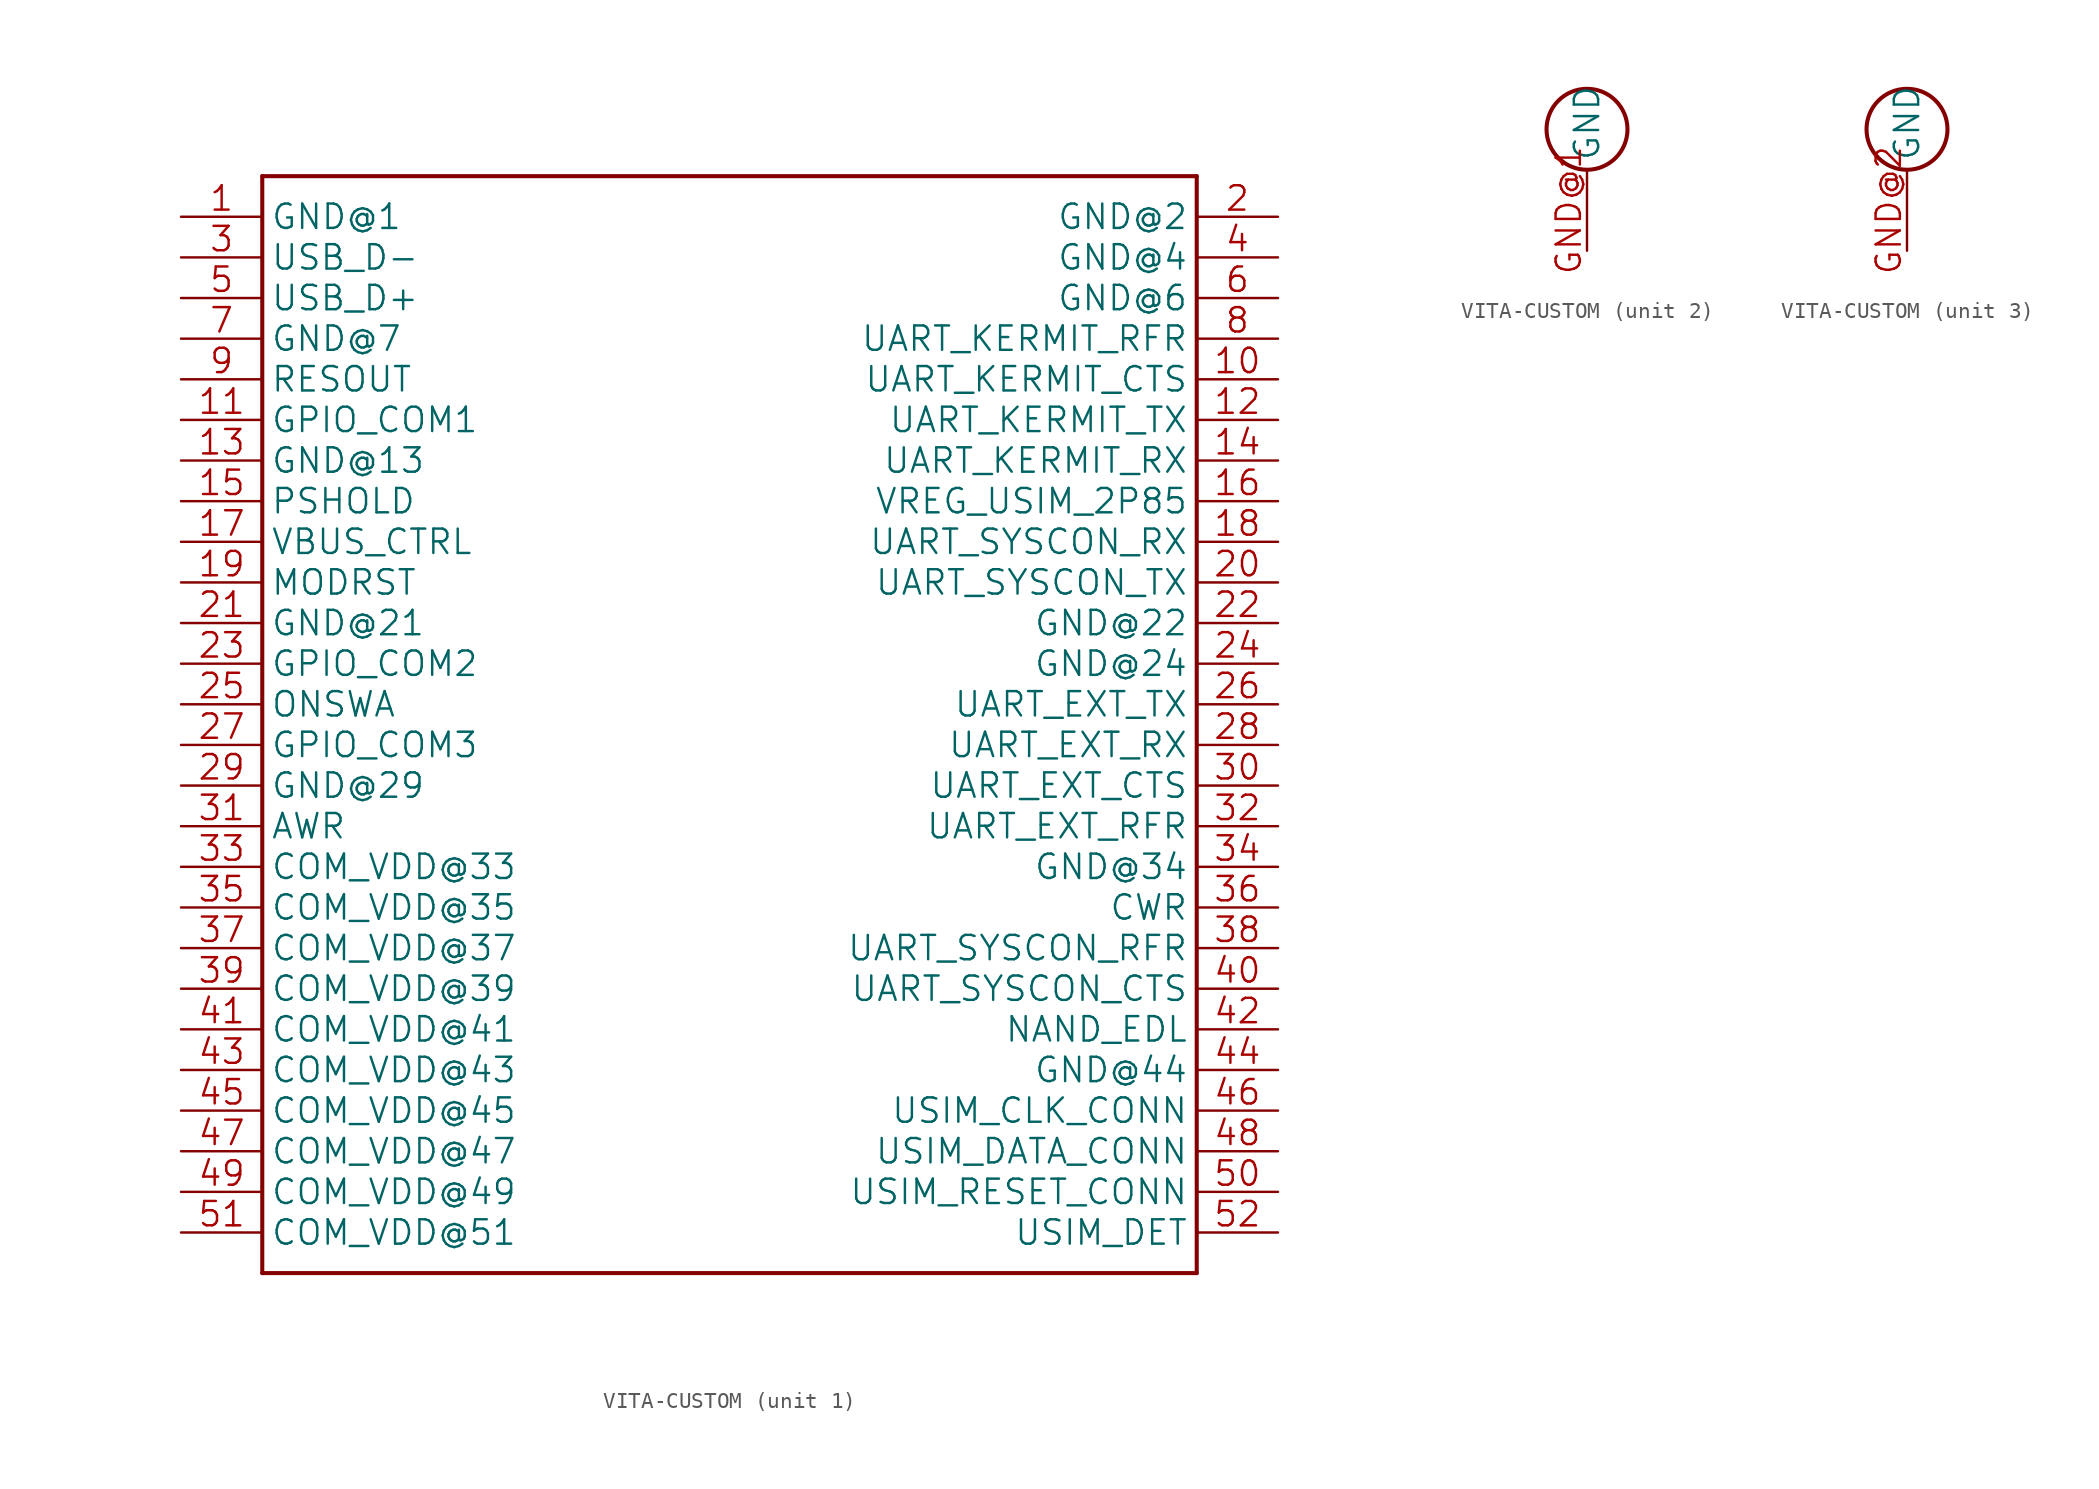
<source format=kicad_sym>
(kicad_symbol_lib
  (version 20241209)
  (generator "kicad_symbol_editor")
  (generator_version "9.0")
  (symbol "VITA-CUSTOM"
    (property "Reference" ""
      (at -27.94 38.862 0)
      (effects (font (size 1.27 1.079)) (justify left bottom) (hide yes)))
    (property "ki_locked" ""
      (at 0 0 0)
      (effects (font (size 1.27 1.27))))
    (symbol "VITA-CUSTOM_1_0"
      (polyline (pts (xy -27.94 38.1) (xy 30.48 38.1)) (stroke (width 0.254) (type solid)) (fill (type none)))
      (polyline (pts (xy -27.94 -30.48) (xy -27.94 38.1)) (stroke (width 0.254) (type solid)) (fill (type none)))
      (polyline (pts (xy 30.48 38.1) (xy 30.48 -30.48)) (stroke (width 0.254) (type solid)) (fill (type none)))
      (polyline (pts (xy 30.48 -30.48) (xy -27.94 -30.48)) (stroke (width 0.254) (type solid)) (fill (type none)))
      (pin bidirectional line (at -33.02 35.56 0) (length 5.08) (name "GND@1" (effects (font (size 1.524 1.524)))) (number "1" (effects (font (size 1.524 1.524)))))
      (pin bidirectional line (at -33.02 33.02 0) (length 5.08) (name "USB_D-" (effects (font (size 1.524 1.524)))) (number "3" (effects (font (size 1.524 1.524)))))
      (pin bidirectional line (at -33.02 30.48 0) (length 5.08) (name "USB_D+" (effects (font (size 1.524 1.524)))) (number "5" (effects (font (size 1.524 1.524)))))
      (pin bidirectional line (at -33.02 27.94 0) (length 5.08) (name "GND@7" (effects (font (size 1.524 1.524)))) (number "7" (effects (font (size 1.524 1.524)))))
      (pin bidirectional line (at -33.02 25.4 0) (length 5.08) (name "RESOUT" (effects (font (size 1.524 1.524)))) (number "9" (effects (font (size 1.524 1.524)))))
      (pin bidirectional line (at -33.02 22.86 0) (length 5.08) (name "GPIO_COM1" (effects (font (size 1.524 1.524)))) (number "11" (effects (font (size 1.524 1.524)))))
      (pin bidirectional line (at -33.02 20.32 0) (length 5.08) (name "GND@13" (effects (font (size 1.524 1.524)))) (number "13" (effects (font (size 1.524 1.524)))))
      (pin bidirectional line (at -33.02 17.78 0) (length 5.08) (name "PSHOLD" (effects (font (size 1.524 1.524)))) (number "15" (effects (font (size 1.524 1.524)))))
      (pin bidirectional line (at -33.02 15.24 0) (length 5.08) (name "VBUS_CTRL" (effects (font (size 1.524 1.524)))) (number "17" (effects (font (size 1.524 1.524)))))
      (pin bidirectional line (at -33.02 12.7 0) (length 5.08) (name "MODRST" (effects (font (size 1.524 1.524)))) (number "19" (effects (font (size 1.524 1.524)))))
      (pin bidirectional line (at -33.02 10.16 0) (length 5.08) (name "GND@21" (effects (font (size 1.524 1.524)))) (number "21" (effects (font (size 1.524 1.524)))))
      (pin bidirectional line (at -33.02 7.62 0) (length 5.08) (name "GPIO_COM2" (effects (font (size 1.524 1.524)))) (number "23" (effects (font (size 1.524 1.524)))))
      (pin bidirectional line (at -33.02 5.08 0) (length 5.08) (name "ONSWA" (effects (font (size 1.524 1.524)))) (number "25" (effects (font (size 1.524 1.524)))))
      (pin bidirectional line (at -33.02 2.54 0) (length 5.08) (name "GPIO_COM3" (effects (font (size 1.524 1.524)))) (number "27" (effects (font (size 1.524 1.524)))))
      (pin bidirectional line (at -33.02 0 0) (length 5.08) (name "GND@29" (effects (font (size 1.524 1.524)))) (number "29" (effects (font (size 1.524 1.524)))))
      (pin bidirectional line (at -33.02 -2.54 0) (length 5.08) (name "AWR" (effects (font (size 1.524 1.524)))) (number "31" (effects (font (size 1.524 1.524)))))
      (pin bidirectional line (at -33.02 -5.08 0) (length 5.08) (name "COM_VDD@33" (effects (font (size 1.524 1.524)))) (number "33" (effects (font (size 1.524 1.524)))))
      (pin bidirectional line (at -33.02 -7.62 0) (length 5.08) (name "COM_VDD@35" (effects (font (size 1.524 1.524)))) (number "35" (effects (font (size 1.524 1.524)))))
      (pin bidirectional line (at -33.02 -10.16 0) (length 5.08) (name "COM_VDD@37" (effects (font (size 1.524 1.524)))) (number "37" (effects (font (size 1.524 1.524)))))
      (pin bidirectional line (at -33.02 -12.7 0) (length 5.08) (name "COM_VDD@39" (effects (font (size 1.524 1.524)))) (number "39" (effects (font (size 1.524 1.524)))))
      (pin bidirectional line (at -33.02 -15.24 0) (length 5.08) (name "COM_VDD@41" (effects (font (size 1.524 1.524)))) (number "41" (effects (font (size 1.524 1.524)))))
      (pin bidirectional line (at -33.02 -17.78 0) (length 5.08) (name "COM_VDD@43" (effects (font (size 1.524 1.524)))) (number "43" (effects (font (size 1.524 1.524)))))
      (pin bidirectional line (at -33.02 -20.32 0) (length 5.08) (name "COM_VDD@45" (effects (font (size 1.524 1.524)))) (number "45" (effects (font (size 1.524 1.524)))))
      (pin bidirectional line (at -33.02 -22.86 0) (length 5.08) (name "COM_VDD@47" (effects (font (size 1.524 1.524)))) (number "47" (effects (font (size 1.524 1.524)))))
      (pin bidirectional line (at -33.02 -25.4 0) (length 5.08) (name "COM_VDD@49" (effects (font (size 1.524 1.524)))) (number "49" (effects (font (size 1.524 1.524)))))
      (pin bidirectional line (at -33.02 -27.94 0) (length 5.08) (name "COM_VDD@51" (effects (font (size 1.524 1.524)))) (number "51" (effects (font (size 1.524 1.524)))))
      (pin bidirectional line (at 35.56 35.56 180) (length 5.08) (name "GND@2" (effects (font (size 1.524 1.524)))) (number "2" (effects (font (size 1.524 1.524)))))
      (pin bidirectional line (at 35.56 33.02 180) (length 5.08) (name "GND@4" (effects (font (size 1.524 1.524)))) (number "4" (effects (font (size 1.524 1.524)))))
      (pin bidirectional line (at 35.56 30.48 180) (length 5.08) (name "GND@6" (effects (font (size 1.524 1.524)))) (number "6" (effects (font (size 1.524 1.524)))))
      (pin bidirectional line (at 35.56 27.94 180) (length 5.08) (name "UART_KERMIT_RFR" (effects (font (size 1.524 1.524)))) (number "8" (effects (font (size 1.524 1.524)))))
      (pin bidirectional line (at 35.56 25.4 180) (length 5.08) (name "UART_KERMIT_CTS" (effects (font (size 1.524 1.524)))) (number "10" (effects (font (size 1.524 1.524)))))
      (pin bidirectional line (at 35.56 22.86 180) (length 5.08) (name "UART_KERMIT_TX" (effects (font (size 1.524 1.524)))) (number "12" (effects (font (size 1.524 1.524)))))
      (pin bidirectional line (at 35.56 20.32 180) (length 5.08) (name "UART_KERMIT_RX" (effects (font (size 1.524 1.524)))) (number "14" (effects (font (size 1.524 1.524)))))
      (pin bidirectional line (at 35.56 17.78 180) (length 5.08) (name "VREG_USIM_2P85" (effects (font (size 1.524 1.524)))) (number "16" (effects (font (size 1.524 1.524)))))
      (pin bidirectional line (at 35.56 15.24 180) (length 5.08) (name "UART_SYSCON_RX" (effects (font (size 1.524 1.524)))) (number "18" (effects (font (size 1.524 1.524)))))
      (pin bidirectional line (at 35.56 12.7 180) (length 5.08) (name "UART_SYSCON_TX" (effects (font (size 1.524 1.524)))) (number "20" (effects (font (size 1.524 1.524)))))
      (pin bidirectional line (at 35.56 10.16 180) (length 5.08) (name "GND@22" (effects (font (size 1.524 1.524)))) (number "22" (effects (font (size 1.524 1.524)))))
      (pin bidirectional line (at 35.56 7.62 180) (length 5.08) (name "GND@24" (effects (font (size 1.524 1.524)))) (number "24" (effects (font (size 1.524 1.524)))))
      (pin bidirectional line (at 35.56 5.08 180) (length 5.08) (name "UART_EXT_TX" (effects (font (size 1.524 1.524)))) (number "26" (effects (font (size 1.524 1.524)))))
      (pin bidirectional line (at 35.56 2.54 180) (length 5.08) (name "UART_EXT_RX" (effects (font (size 1.524 1.524)))) (number "28" (effects (font (size 1.524 1.524)))))
      (pin bidirectional line (at 35.56 0 180) (length 5.08) (name "UART_EXT_CTS" (effects (font (size 1.524 1.524)))) (number "30" (effects (font (size 1.524 1.524)))))
      (pin bidirectional line (at 35.56 -2.54 180) (length 5.08) (name "UART_EXT_RFR" (effects (font (size 1.524 1.524)))) (number "32" (effects (font (size 1.524 1.524)))))
      (pin bidirectional line (at 35.56 -5.08 180) (length 5.08) (name "GND@34" (effects (font (size 1.524 1.524)))) (number "34" (effects (font (size 1.524 1.524)))))
      (pin bidirectional line (at 35.56 -7.62 180) (length 5.08) (name "CWR" (effects (font (size 1.524 1.524)))) (number "36" (effects (font (size 1.524 1.524)))))
      (pin bidirectional line (at 35.56 -10.16 180) (length 5.08) (name "UART_SYSCON_RFR" (effects (font (size 1.524 1.524)))) (number "38" (effects (font (size 1.524 1.524)))))
      (pin bidirectional line (at 35.56 -12.7 180) (length 5.08) (name "UART_SYSCON_CTS" (effects (font (size 1.524 1.524)))) (number "40" (effects (font (size 1.524 1.524)))))
      (pin bidirectional line (at 35.56 -15.24 180) (length 5.08) (name "NAND_EDL" (effects (font (size 1.524 1.524)))) (number "42" (effects (font (size 1.524 1.524)))))
      (pin bidirectional line (at 35.56 -17.78 180) (length 5.08) (name "GND@44" (effects (font (size 1.524 1.524)))) (number "44" (effects (font (size 1.524 1.524)))))
      (pin bidirectional line (at 35.56 -20.32 180) (length 5.08) (name "USIM_CLK_CONN" (effects (font (size 1.524 1.524)))) (number "46" (effects (font (size 1.524 1.524)))))
      (pin bidirectional line (at 35.56 -22.86 180) (length 5.08) (name "USIM_DATA_CONN" (effects (font (size 1.524 1.524)))) (number "48" (effects (font (size 1.524 1.524)))))
      (pin bidirectional line (at 35.56 -25.4 180) (length 5.08) (name "USIM_RESET_CONN" (effects (font (size 1.524 1.524)))) (number "50" (effects (font (size 1.524 1.524)))))
      (pin bidirectional line (at 35.56 -27.94 180) (length 5.08) (name "USIM_DET" (effects (font (size 1.524 1.524)))) (number "52" (effects (font (size 1.524 1.524))))))
    (symbol "VITA-CUSTOM_2_0"
      (circle (center 0 2.54) (radius 2.54) (stroke (width 0.254) (type solid)) (fill (type none)))
      (pin power_in line (at 0 -5.08 90) (length 5.08) (name "GND" (effects (font (size 1.524 1.524)))) (number "GND@1" (effects (font (size 1.524 1.524))))))
    (symbol "VITA-CUSTOM_3_0"
      (circle (center 0 2.54) (radius 2.54) (stroke (width 0.254) (type solid)) (fill (type none)))
      (pin power_in line (at 0 -5.08 90) (length 5.08) (name "GND" (effects (font (size 1.524 1.524)))) (number "GND@2" (effects (font (size 1.524 1.524))))))))
</source>
